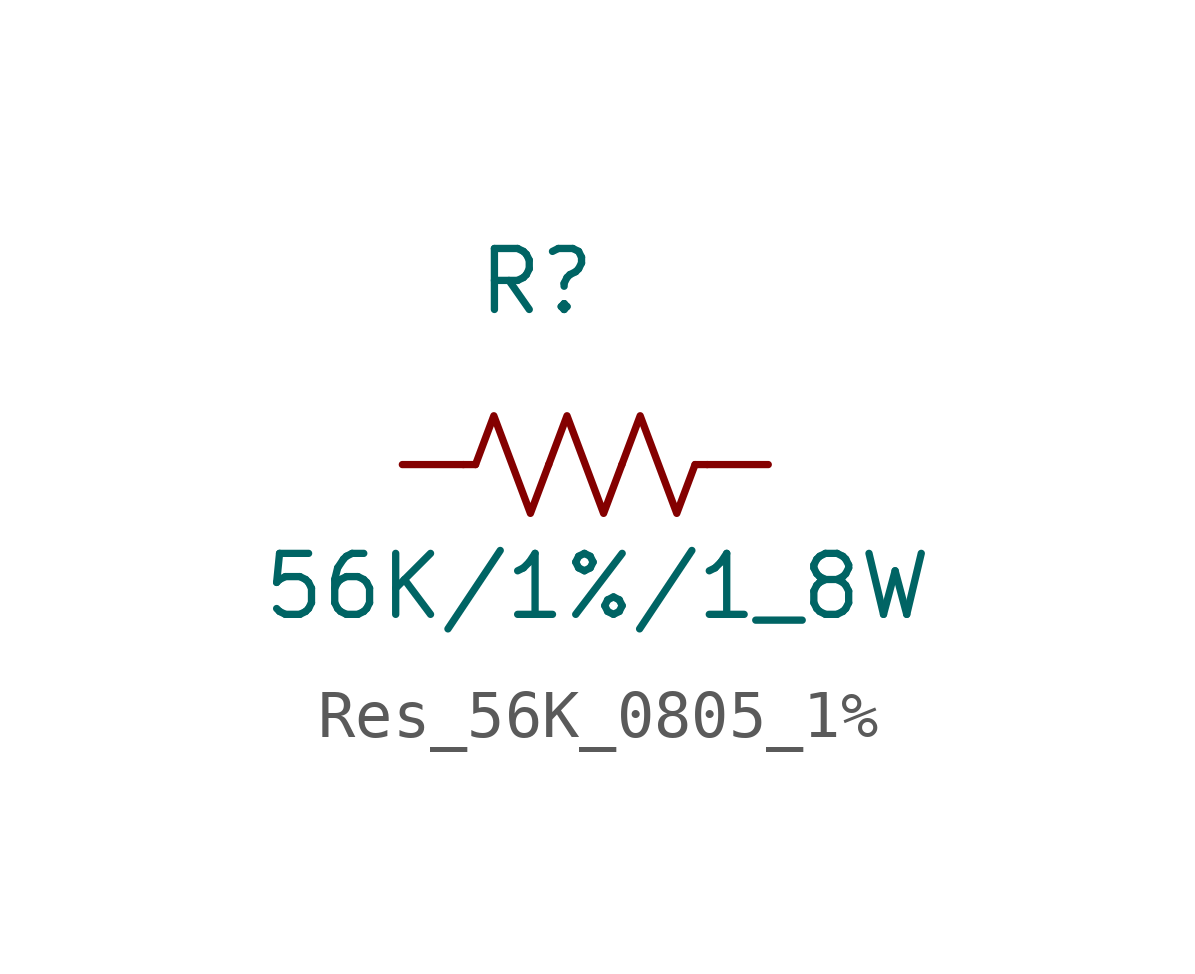
<source format=kicad_sym>
(kicad_symbol_lib
  (version 20231120)
  (generator "kicad_symbol_editor")
  (generator_version "8.0")
  (symbol "Res_56K_0805_1%"
    (pin_numbers hide)
    (pin_names hide)
    (property "Reference" "R"
      (at 2.794 3.81 0)
      (effects (font (size 1.27 1.27))))
    (property "Value" "56K/1%/1_8W"
      (at 4.064 -2.54 0)
      (effects (font (size 1.27 1.27))))
    (symbol "Res_56K_0805_1%_0_1"
      (polyline (pts (xy 1.524 0) (xy 1.27 0)) (stroke (width 0) (type default)) (fill (type none)))
      (polyline (pts (xy 6.096 0) (xy 6.35 0)) (stroke (width 0) (type default)) (fill (type none)))
      (polyline (pts (xy 1.524 0) (xy 1.905 1.016) (xy 2.286 0) (xy 2.667 -1.016) (xy 3.048 0)) (stroke (width 0) (type default)) (fill (type none)))
      (polyline (pts (xy 3.048 0) (xy 3.429 1.016) (xy 3.81 0) (xy 4.191 -1.016) (xy 4.572 0)) (stroke (width 0) (type default)) (fill (type none)))
      (polyline (pts (xy 4.572 0) (xy 4.953 1.016) (xy 5.334 0) (xy 5.715 -1.016) (xy 6.096 0)) (stroke (width 0) (type default)) (fill (type none))))
    (symbol "Res_56K_0805_1%_1_1"
      (pin passive line (at 0 0 0) (length 1.27) (name "~" (effects (font (size 1.27 1.27)))) (number "1" (effects (font (size 1.27 1.27)))))
      (pin passive line (at 7.62 0 180) (length 1.27) (name "~" (effects (font (size 1.27 1.27)))) (number "2" (effects (font (size 1.27 1.27))))))))
</source>
